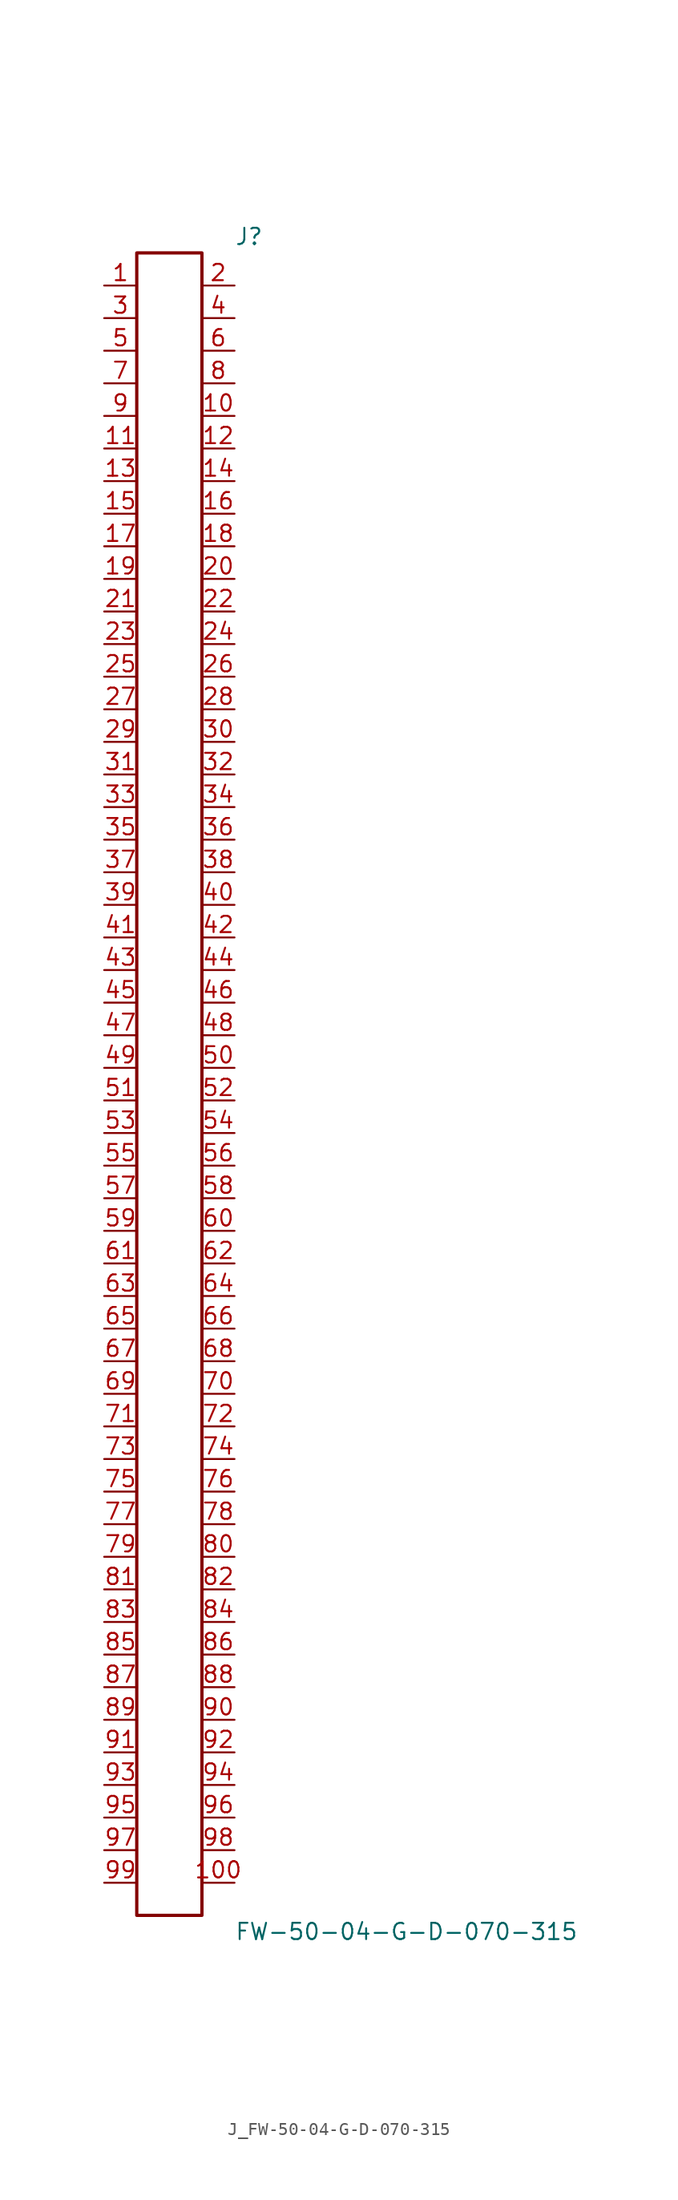
<source format=kicad_sym>
(kicad_symbol_lib
  (version 20231120)
  (generator kicad_symbol_editor)
  (generator_version 8.0)
  (symbol "J_FW-50-04-G-D-070-315"
    (pin_names
      (offset 0.254))
    (property "Reference" "J"
      (at 5.08 66.04 0)
      (effects (font (size 1.27 1.27)) (justify left)))
    (property "Value" "FW-50-04-G-D-070-315"
      (at 5.08 -66.04 0)
      (effects (font (size 1.27 1.27)) (justify left)))
    (symbol "J_FW-50-04-G-D-070-315_0_0"
      (pin passive line (at -5.08 62.23 0) (length 2.54) (name "" (effects (font (size 1.27 1.27)))) (number "1" (effects (font (size 1.27 1.27)))))
      (pin passive line (at 5.08 62.23 180) (length 2.54) (name "" (effects (font (size 1.27 1.27)))) (number "2" (effects (font (size 1.27 1.27)))))
      (pin passive line (at -5.08 59.69 0) (length 2.54) (name "" (effects (font (size 1.27 1.27)))) (number "3" (effects (font (size 1.27 1.27)))))
      (pin passive line (at 5.08 59.69 180) (length 2.54) (name "" (effects (font (size 1.27 1.27)))) (number "4" (effects (font (size 1.27 1.27)))))
      (pin passive line (at -5.08 57.15 0) (length 2.54) (name "" (effects (font (size 1.27 1.27)))) (number "5" (effects (font (size 1.27 1.27)))))
      (pin passive line (at 5.08 57.15 180) (length 2.54) (name "" (effects (font (size 1.27 1.27)))) (number "6" (effects (font (size 1.27 1.27)))))
      (pin passive line (at -5.08 54.61 0) (length 2.54) (name "" (effects (font (size 1.27 1.27)))) (number "7" (effects (font (size 1.27 1.27)))))
      (pin passive line (at 5.08 54.61 180) (length 2.54) (name "" (effects (font (size 1.27 1.27)))) (number "8" (effects (font (size 1.27 1.27)))))
      (pin passive line (at -5.08 52.07 0) (length 2.54) (name "" (effects (font (size 1.27 1.27)))) (number "9" (effects (font (size 1.27 1.27)))))
      (pin passive line (at 5.08 52.07 180) (length 2.54) (name "" (effects (font (size 1.27 1.27)))) (number "10" (effects (font (size 1.27 1.27)))))
      (pin passive line (at -5.08 49.53 0) (length 2.54) (name "" (effects (font (size 1.27 1.27)))) (number "11" (effects (font (size 1.27 1.27)))))
      (pin passive line (at 5.08 49.53 180) (length 2.54) (name "" (effects (font (size 1.27 1.27)))) (number "12" (effects (font (size 1.27 1.27)))))
      (pin passive line (at -5.08 46.99 0) (length 2.54) (name "" (effects (font (size 1.27 1.27)))) (number "13" (effects (font (size 1.27 1.27)))))
      (pin passive line (at 5.08 46.99 180) (length 2.54) (name "" (effects (font (size 1.27 1.27)))) (number "14" (effects (font (size 1.27 1.27)))))
      (pin passive line (at -5.08 44.45 0) (length 2.54) (name "" (effects (font (size 1.27 1.27)))) (number "15" (effects (font (size 1.27 1.27)))))
      (pin passive line (at 5.08 44.45 180) (length 2.54) (name "" (effects (font (size 1.27 1.27)))) (number "16" (effects (font (size 1.27 1.27)))))
      (pin passive line (at -5.08 41.91 0) (length 2.54) (name "" (effects (font (size 1.27 1.27)))) (number "17" (effects (font (size 1.27 1.27)))))
      (pin passive line (at 5.08 41.91 180) (length 2.54) (name "" (effects (font (size 1.27 1.27)))) (number "18" (effects (font (size 1.27 1.27)))))
      (pin passive line (at -5.08 39.37 0) (length 2.54) (name "" (effects (font (size 1.27 1.27)))) (number "19" (effects (font (size 1.27 1.27)))))
      (pin passive line (at 5.08 39.37 180) (length 2.54) (name "" (effects (font (size 1.27 1.27)))) (number "20" (effects (font (size 1.27 1.27)))))
      (pin passive line (at -5.08 36.83 0) (length 2.54) (name "" (effects (font (size 1.27 1.27)))) (number "21" (effects (font (size 1.27 1.27)))))
      (pin passive line (at 5.08 36.83 180) (length 2.54) (name "" (effects (font (size 1.27 1.27)))) (number "22" (effects (font (size 1.27 1.27)))))
      (pin passive line (at -5.08 34.29 0) (length 2.54) (name "" (effects (font (size 1.27 1.27)))) (number "23" (effects (font (size 1.27 1.27)))))
      (pin passive line (at 5.08 34.29 180) (length 2.54) (name "" (effects (font (size 1.27 1.27)))) (number "24" (effects (font (size 1.27 1.27)))))
      (pin passive line (at -5.08 31.75 0) (length 2.54) (name "" (effects (font (size 1.27 1.27)))) (number "25" (effects (font (size 1.27 1.27)))))
      (pin passive line (at 5.08 31.75 180) (length 2.54) (name "" (effects (font (size 1.27 1.27)))) (number "26" (effects (font (size 1.27 1.27)))))
      (pin passive line (at -5.08 29.21 0) (length 2.54) (name "" (effects (font (size 1.27 1.27)))) (number "27" (effects (font (size 1.27 1.27)))))
      (pin passive line (at 5.08 29.21 180) (length 2.54) (name "" (effects (font (size 1.27 1.27)))) (number "28" (effects (font (size 1.27 1.27)))))
      (pin passive line (at -5.08 26.67 0) (length 2.54) (name "" (effects (font (size 1.27 1.27)))) (number "29" (effects (font (size 1.27 1.27)))))
      (pin passive line (at 5.08 26.67 180) (length 2.54) (name "" (effects (font (size 1.27 1.27)))) (number "30" (effects (font (size 1.27 1.27)))))
      (pin passive line (at -5.08 24.13 0) (length 2.54) (name "" (effects (font (size 1.27 1.27)))) (number "31" (effects (font (size 1.27 1.27)))))
      (pin passive line (at 5.08 24.13 180) (length 2.54) (name "" (effects (font (size 1.27 1.27)))) (number "32" (effects (font (size 1.27 1.27)))))
      (pin passive line (at -5.08 21.59 0) (length 2.54) (name "" (effects (font (size 1.27 1.27)))) (number "33" (effects (font (size 1.27 1.27)))))
      (pin passive line (at 5.08 21.59 180) (length 2.54) (name "" (effects (font (size 1.27 1.27)))) (number "34" (effects (font (size 1.27 1.27)))))
      (pin passive line (at -5.08 19.05 0) (length 2.54) (name "" (effects (font (size 1.27 1.27)))) (number "35" (effects (font (size 1.27 1.27)))))
      (pin passive line (at 5.08 19.05 180) (length 2.54) (name "" (effects (font (size 1.27 1.27)))) (number "36" (effects (font (size 1.27 1.27)))))
      (pin passive line (at -5.08 16.51 0) (length 2.54) (name "" (effects (font (size 1.27 1.27)))) (number "37" (effects (font (size 1.27 1.27)))))
      (pin passive line (at 5.08 16.51 180) (length 2.54) (name "" (effects (font (size 1.27 1.27)))) (number "38" (effects (font (size 1.27 1.27)))))
      (pin passive line (at -5.08 13.97 0) (length 2.54) (name "" (effects (font (size 1.27 1.27)))) (number "39" (effects (font (size 1.27 1.27)))))
      (pin passive line (at 5.08 13.97 180) (length 2.54) (name "" (effects (font (size 1.27 1.27)))) (number "40" (effects (font (size 1.27 1.27)))))
      (pin passive line (at -5.08 11.43 0) (length 2.54) (name "" (effects (font (size 1.27 1.27)))) (number "41" (effects (font (size 1.27 1.27)))))
      (pin passive line (at 5.08 11.43 180) (length 2.54) (name "" (effects (font (size 1.27 1.27)))) (number "42" (effects (font (size 1.27 1.27)))))
      (pin passive line (at -5.08 8.89 0) (length 2.54) (name "" (effects (font (size 1.27 1.27)))) (number "43" (effects (font (size 1.27 1.27)))))
      (pin passive line (at 5.08 8.89 180) (length 2.54) (name "" (effects (font (size 1.27 1.27)))) (number "44" (effects (font (size 1.27 1.27)))))
      (pin passive line (at -5.08 6.35 0) (length 2.54) (name "" (effects (font (size 1.27 1.27)))) (number "45" (effects (font (size 1.27 1.27)))))
      (pin passive line (at 5.08 6.35 180) (length 2.54) (name "" (effects (font (size 1.27 1.27)))) (number "46" (effects (font (size 1.27 1.27)))))
      (pin passive line (at -5.08 3.81 0) (length 2.54) (name "" (effects (font (size 1.27 1.27)))) (number "47" (effects (font (size 1.27 1.27)))))
      (pin passive line (at 5.08 3.81 180) (length 2.54) (name "" (effects (font (size 1.27 1.27)))) (number "48" (effects (font (size 1.27 1.27)))))
      (pin passive line (at -5.08 1.27 0) (length 2.54) (name "" (effects (font (size 1.27 1.27)))) (number "49" (effects (font (size 1.27 1.27)))))
      (pin passive line (at 5.08 1.27 180) (length 2.54) (name "" (effects (font (size 1.27 1.27)))) (number "50" (effects (font (size 1.27 1.27)))))
      (pin passive line (at -5.08 -1.27 0) (length 2.54) (name "" (effects (font (size 1.27 1.27)))) (number "51" (effects (font (size 1.27 1.27)))))
      (pin passive line (at 5.08 -1.27 180) (length 2.54) (name "" (effects (font (size 1.27 1.27)))) (number "52" (effects (font (size 1.27 1.27)))))
      (pin passive line (at -5.08 -3.81 0) (length 2.54) (name "" (effects (font (size 1.27 1.27)))) (number "53" (effects (font (size 1.27 1.27)))))
      (pin passive line (at 5.08 -3.81 180) (length 2.54) (name "" (effects (font (size 1.27 1.27)))) (number "54" (effects (font (size 1.27 1.27)))))
      (pin passive line (at -5.08 -6.35 0) (length 2.54) (name "" (effects (font (size 1.27 1.27)))) (number "55" (effects (font (size 1.27 1.27)))))
      (pin passive line (at 5.08 -6.35 180) (length 2.54) (name "" (effects (font (size 1.27 1.27)))) (number "56" (effects (font (size 1.27 1.27)))))
      (pin passive line (at -5.08 -8.89 0) (length 2.54) (name "" (effects (font (size 1.27 1.27)))) (number "57" (effects (font (size 1.27 1.27)))))
      (pin passive line (at 5.08 -8.89 180) (length 2.54) (name "" (effects (font (size 1.27 1.27)))) (number "58" (effects (font (size 1.27 1.27)))))
      (pin passive line (at -5.08 -11.43 0) (length 2.54) (name "" (effects (font (size 1.27 1.27)))) (number "59" (effects (font (size 1.27 1.27)))))
      (pin passive line (at 5.08 -11.43 180) (length 2.54) (name "" (effects (font (size 1.27 1.27)))) (number "60" (effects (font (size 1.27 1.27)))))
      (pin passive line (at -5.08 -13.97 0) (length 2.54) (name "" (effects (font (size 1.27 1.27)))) (number "61" (effects (font (size 1.27 1.27)))))
      (pin passive line (at 5.08 -13.97 180) (length 2.54) (name "" (effects (font (size 1.27 1.27)))) (number "62" (effects (font (size 1.27 1.27)))))
      (pin passive line (at -5.08 -16.51 0) (length 2.54) (name "" (effects (font (size 1.27 1.27)))) (number "63" (effects (font (size 1.27 1.27)))))
      (pin passive line (at 5.08 -16.51 180) (length 2.54) (name "" (effects (font (size 1.27 1.27)))) (number "64" (effects (font (size 1.27 1.27)))))
      (pin passive line (at -5.08 -19.05 0) (length 2.54) (name "" (effects (font (size 1.27 1.27)))) (number "65" (effects (font (size 1.27 1.27)))))
      (pin passive line (at 5.08 -19.05 180) (length 2.54) (name "" (effects (font (size 1.27 1.27)))) (number "66" (effects (font (size 1.27 1.27)))))
      (pin passive line (at -5.08 -21.59 0) (length 2.54) (name "" (effects (font (size 1.27 1.27)))) (number "67" (effects (font (size 1.27 1.27)))))
      (pin passive line (at 5.08 -21.59 180) (length 2.54) (name "" (effects (font (size 1.27 1.27)))) (number "68" (effects (font (size 1.27 1.27)))))
      (pin passive line (at -5.08 -24.13 0) (length 2.54) (name "" (effects (font (size 1.27 1.27)))) (number "69" (effects (font (size 1.27 1.27)))))
      (pin passive line (at 5.08 -24.13 180) (length 2.54) (name "" (effects (font (size 1.27 1.27)))) (number "70" (effects (font (size 1.27 1.27)))))
      (pin passive line (at -5.08 -26.67 0) (length 2.54) (name "" (effects (font (size 1.27 1.27)))) (number "71" (effects (font (size 1.27 1.27)))))
      (pin passive line (at 5.08 -26.67 180) (length 2.54) (name "" (effects (font (size 1.27 1.27)))) (number "72" (effects (font (size 1.27 1.27)))))
      (pin passive line (at -5.08 -29.21 0) (length 2.54) (name "" (effects (font (size 1.27 1.27)))) (number "73" (effects (font (size 1.27 1.27)))))
      (pin passive line (at 5.08 -29.21 180) (length 2.54) (name "" (effects (font (size 1.27 1.27)))) (number "74" (effects (font (size 1.27 1.27)))))
      (pin passive line (at -5.08 -31.75 0) (length 2.54) (name "" (effects (font (size 1.27 1.27)))) (number "75" (effects (font (size 1.27 1.27)))))
      (pin passive line (at 5.08 -31.75 180) (length 2.54) (name "" (effects (font (size 1.27 1.27)))) (number "76" (effects (font (size 1.27 1.27)))))
      (pin passive line (at -5.08 -34.29 0) (length 2.54) (name "" (effects (font (size 1.27 1.27)))) (number "77" (effects (font (size 1.27 1.27)))))
      (pin passive line (at 5.08 -34.29 180) (length 2.54) (name "" (effects (font (size 1.27 1.27)))) (number "78" (effects (font (size 1.27 1.27)))))
      (pin passive line (at -5.08 -36.83 0) (length 2.54) (name "" (effects (font (size 1.27 1.27)))) (number "79" (effects (font (size 1.27 1.27)))))
      (pin passive line (at 5.08 -36.83 180) (length 2.54) (name "" (effects (font (size 1.27 1.27)))) (number "80" (effects (font (size 1.27 1.27)))))
      (pin passive line (at -5.08 -39.37 0) (length 2.54) (name "" (effects (font (size 1.27 1.27)))) (number "81" (effects (font (size 1.27 1.27)))))
      (pin passive line (at 5.08 -39.37 180) (length 2.54) (name "" (effects (font (size 1.27 1.27)))) (number "82" (effects (font (size 1.27 1.27)))))
      (pin passive line (at -5.08 -41.91 0) (length 2.54) (name "" (effects (font (size 1.27 1.27)))) (number "83" (effects (font (size 1.27 1.27)))))
      (pin passive line (at 5.08 -41.91 180) (length 2.54) (name "" (effects (font (size 1.27 1.27)))) (number "84" (effects (font (size 1.27 1.27)))))
      (pin passive line (at -5.08 -44.45 0) (length 2.54) (name "" (effects (font (size 1.27 1.27)))) (number "85" (effects (font (size 1.27 1.27)))))
      (pin passive line (at 5.08 -44.45 180) (length 2.54) (name "" (effects (font (size 1.27 1.27)))) (number "86" (effects (font (size 1.27 1.27)))))
      (pin passive line (at -5.08 -46.99 0) (length 2.54) (name "" (effects (font (size 1.27 1.27)))) (number "87" (effects (font (size 1.27 1.27)))))
      (pin passive line (at 5.08 -46.99 180) (length 2.54) (name "" (effects (font (size 1.27 1.27)))) (number "88" (effects (font (size 1.27 1.27)))))
      (pin passive line (at -5.08 -49.53 0) (length 2.54) (name "" (effects (font (size 1.27 1.27)))) (number "89" (effects (font (size 1.27 1.27)))))
      (pin passive line (at 5.08 -49.53 180) (length 2.54) (name "" (effects (font (size 1.27 1.27)))) (number "90" (effects (font (size 1.27 1.27)))))
      (pin passive line (at -5.08 -52.07 0) (length 2.54) (name "" (effects (font (size 1.27 1.27)))) (number "91" (effects (font (size 1.27 1.27)))))
      (pin passive line (at 5.08 -52.07 180) (length 2.54) (name "" (effects (font (size 1.27 1.27)))) (number "92" (effects (font (size 1.27 1.27)))))
      (pin passive line (at -5.08 -54.61 0) (length 2.54) (name "" (effects (font (size 1.27 1.27)))) (number "93" (effects (font (size 1.27 1.27)))))
      (pin passive line (at 5.08 -54.61 180) (length 2.54) (name "" (effects (font (size 1.27 1.27)))) (number "94" (effects (font (size 1.27 1.27)))))
      (pin passive line (at -5.08 -57.15 0) (length 2.54) (name "" (effects (font (size 1.27 1.27)))) (number "95" (effects (font (size 1.27 1.27)))))
      (pin passive line (at 5.08 -57.15 180) (length 2.54) (name "" (effects (font (size 1.27 1.27)))) (number "96" (effects (font (size 1.27 1.27)))))
      (pin passive line (at -5.08 -59.69 0) (length 2.54) (name "" (effects (font (size 1.27 1.27)))) (number "97" (effects (font (size 1.27 1.27)))))
      (pin passive line (at 5.08 -59.69 180) (length 2.54) (name "" (effects (font (size 1.27 1.27)))) (number "98" (effects (font (size 1.27 1.27)))))
      (pin passive line (at -5.08 -62.23 0) (length 2.54) (name "" (effects (font (size 1.27 1.27)))) (number "99" (effects (font (size 1.27 1.27)))))
      (pin passive line (at 5.08 -62.23 180) (length 2.54) (name "" (effects (font (size 1.27 1.27)))) (number "100" (effects (font (size 1.27 1.27))))))
    (symbol "J_FW-50-04-G-D-070-315_1_0"
      (rectangle (start -2.54 64.77) (end 2.54 -64.77) (stroke (width 0.254) (type solid)) (fill (type none))))))
</source>
